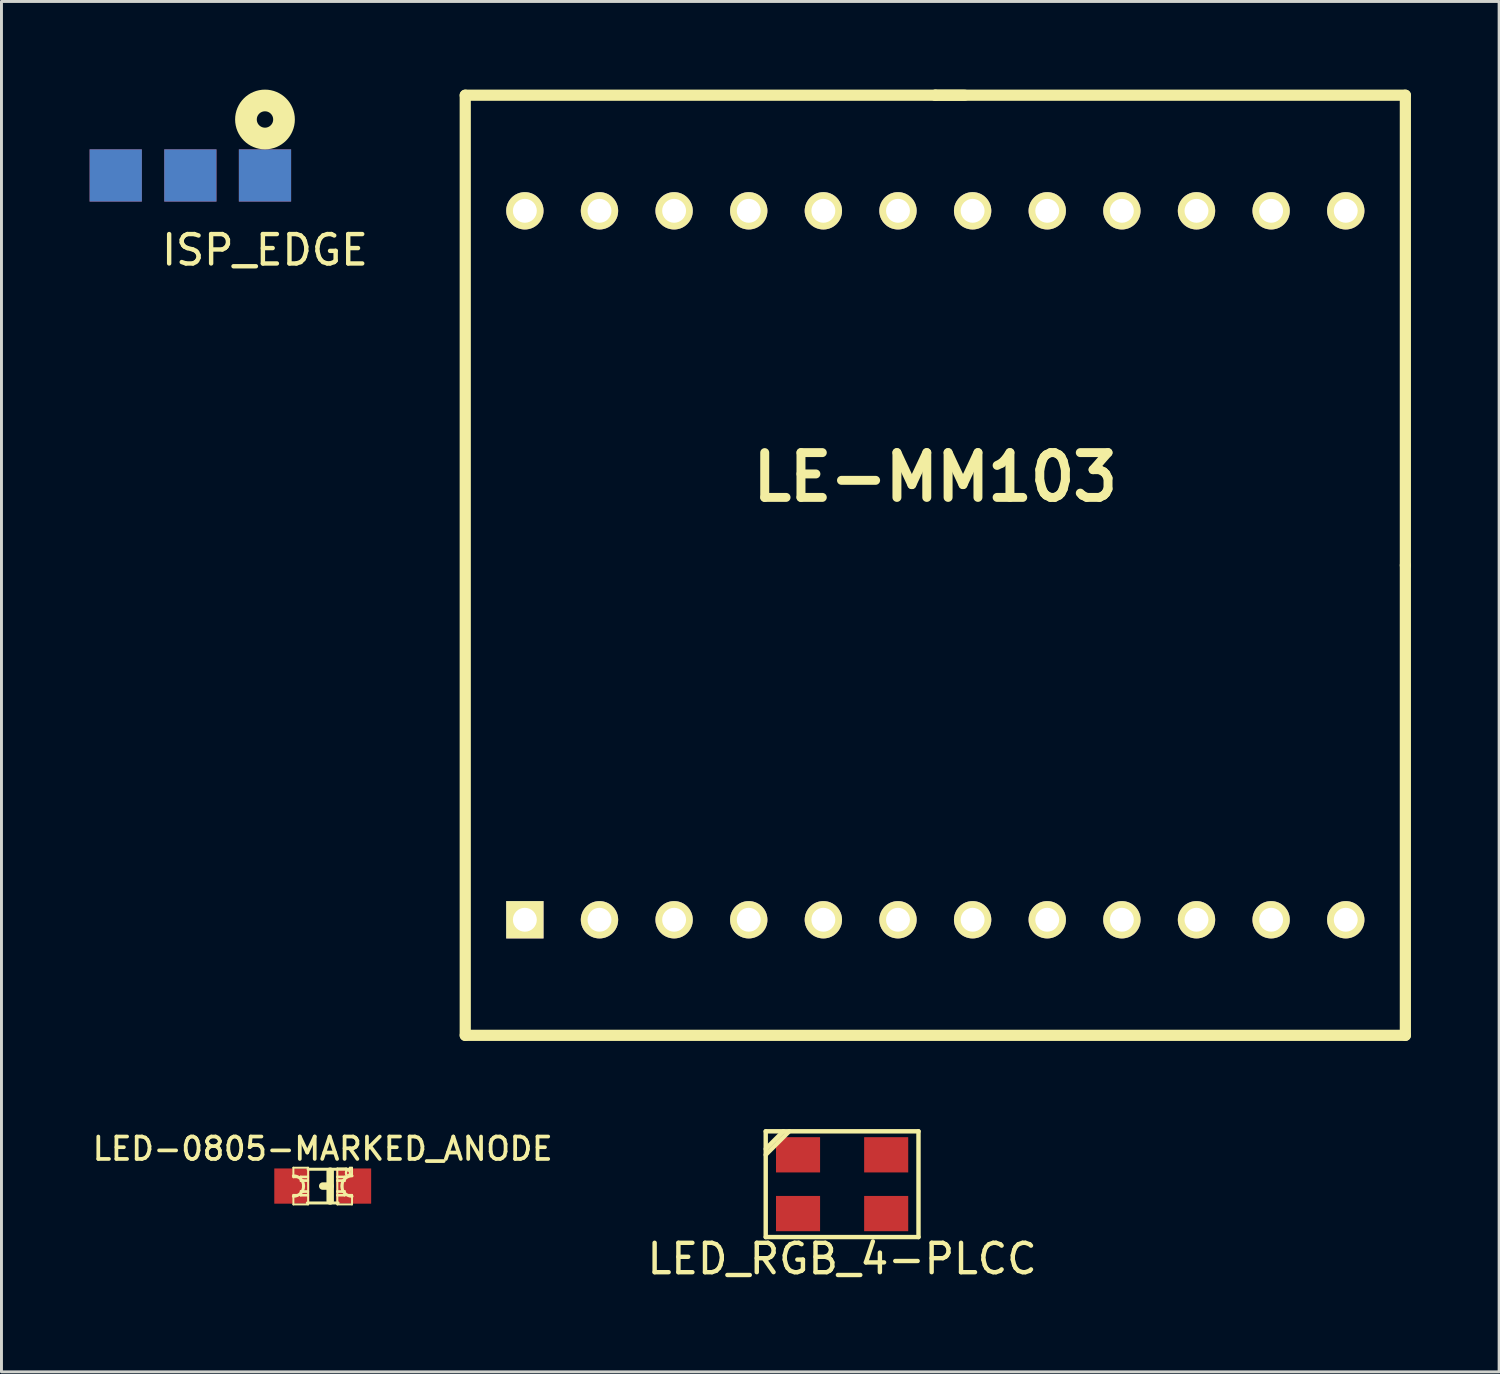
<source format=kicad_pcb>
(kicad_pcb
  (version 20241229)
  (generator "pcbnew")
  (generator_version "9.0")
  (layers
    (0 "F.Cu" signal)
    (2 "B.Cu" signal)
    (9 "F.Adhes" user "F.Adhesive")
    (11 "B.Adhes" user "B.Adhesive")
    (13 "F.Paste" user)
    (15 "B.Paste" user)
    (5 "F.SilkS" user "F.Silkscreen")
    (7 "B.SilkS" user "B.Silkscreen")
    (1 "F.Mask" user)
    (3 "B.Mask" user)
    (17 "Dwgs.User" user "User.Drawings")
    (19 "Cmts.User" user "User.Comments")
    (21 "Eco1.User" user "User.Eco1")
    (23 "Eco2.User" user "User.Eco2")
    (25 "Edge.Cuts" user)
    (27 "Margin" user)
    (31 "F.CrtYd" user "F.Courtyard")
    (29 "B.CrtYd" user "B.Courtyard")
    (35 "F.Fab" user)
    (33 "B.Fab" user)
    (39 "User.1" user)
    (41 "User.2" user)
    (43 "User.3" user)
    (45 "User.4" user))
  (footprint "LED-0805-MARKED_ANODE"
    (layer "F.Cu")
    (at 7.934 37.319)
    (property "Reference" "LED-0805-MARKED_ANODE" (at 0 -1.27 0) (layer "F.SilkS") (effects (font (size 0.762 0.762) (thickness 0.127))))
    (attr smd)
    (fp_line (start -0.998 -0.625) (end -0.998 -0.3) (stroke (width 0.066) (type solid)) (layer "F.SilkS"))
    (fp_line (start -0.998 -0.625) (end -0.498 -0.625) (stroke (width 0.066) (type solid)) (layer "F.SilkS"))
    (fp_line (start -0.998 -0.3) (end -0.498 -0.3) (stroke (width 0.066) (type solid)) (layer "F.SilkS"))
    (fp_line (start -0.998 0.3) (end -0.998 0.625) (stroke (width 0.066) (type solid)) (layer "F.SilkS"))
    (fp_line (start -0.998 0.3) (end -0.498 0.3) (stroke (width 0.066) (type solid)) (layer "F.SilkS"))
    (fp_line (start -0.998 0.625) (end -0.498 0.625) (stroke (width 0.066) (type solid)) (layer "F.SilkS"))
    (fp_line (start -0.749 -0.323) (end -0.749 -0.173) (stroke (width 0.066) (type solid)) (layer "F.SilkS"))
    (fp_line (start -0.749 -0.323) (end -0.498 -0.323) (stroke (width 0.066) (type solid)) (layer "F.SilkS"))
    (fp_line (start -0.749 -0.173) (end -0.498 -0.173) (stroke (width 0.066) (type solid)) (layer "F.SilkS"))
    (fp_line (start -0.749 0.173) (end -0.749 0.323) (stroke (width 0.066) (type solid)) (layer "F.SilkS"))
    (fp_line (start -0.749 0.173) (end -0.498 0.173) (stroke (width 0.066) (type solid)) (layer "F.SilkS"))
    (fp_line (start -0.749 0.323) (end -0.498 0.323) (stroke (width 0.066) (type solid)) (layer "F.SilkS"))
    (fp_line (start -0.673 -0.198) (end -0.673 0.198) (stroke (width 0.066) (type solid)) (layer "F.SilkS"))
    (fp_line (start -0.673 -0.198) (end -0.498 -0.198) (stroke (width 0.066) (type solid)) (layer "F.SilkS"))
    (fp_line (start -0.673 0.198) (end -0.498 0.198) (stroke (width 0.066) (type solid)) (layer "F.SilkS"))
    (fp_line (start -0.498 -0.625) (end -0.498 -0.3) (stroke (width 0.066) (type solid)) (layer "F.SilkS"))
    (fp_line (start -0.498 -0.574) (end 0.925 -0.574) (stroke (width 0.102) (type solid)) (layer "F.SilkS"))
    (fp_line (start -0.498 -0.323) (end -0.498 -0.173) (stroke (width 0.066) (type solid)) (layer "F.SilkS"))
    (fp_line (start -0.498 -0.198) (end -0.498 0.198) (stroke (width 0.066) (type solid)) (layer "F.SilkS"))
    (fp_line (start -0.498 0.173) (end -0.498 0.323) (stroke (width 0.066) (type solid)) (layer "F.SilkS"))
    (fp_line (start -0.498 0.3) (end -0.498 0.625) (stroke (width 0.066) (type solid)) (layer "F.SilkS"))
    (fp_line (start 0.254 -0.508) (end 0.254 0.508) (stroke (width 0.254) (type solid)) (layer "F.SilkS"))
    (fp_line (start 0.254 0) (end 0 0) (stroke (width 0.254) (type solid)) (layer "F.SilkS"))
    (fp_line (start 0.498 -0.599) (end 0.498 -0.3) (stroke (width 0.066) (type solid)) (layer "F.SilkS"))
    (fp_line (start 0.498 -0.599) (end 0.798 -0.599) (stroke (width 0.066) (type solid)) (layer "F.SilkS"))
    (fp_line (start 0.498 -0.323) (end 0.498 -0.173) (stroke (width 0.066) (type solid)) (layer "F.SilkS"))
    (fp_line (start 0.498 -0.323) (end 0.749 -0.323) (stroke (width 0.066) (type solid)) (layer "F.SilkS"))
    (fp_line (start 0.498 -0.3) (end 0.798 -0.3) (stroke (width 0.066) (type solid)) (layer "F.SilkS"))
    (fp_line (start 0.498 -0.198) (end 0.498 0.198) (stroke (width 0.066) (type solid)) (layer "F.SilkS"))
    (fp_line (start 0.498 -0.198) (end 0.673 -0.198) (stroke (width 0.066) (type solid)) (layer "F.SilkS"))
    (fp_line (start 0.498 -0.173) (end 0.749 -0.173) (stroke (width 0.066) (type solid)) (layer "F.SilkS"))
    (fp_line (start 0.498 0.173) (end 0.498 0.323) (stroke (width 0.066) (type solid)) (layer "F.SilkS"))
    (fp_line (start 0.498 0.173) (end 0.749 0.173) (stroke (width 0.066) (type solid)) (layer "F.SilkS"))
    (fp_line (start 0.498 0.198) (end 0.673 0.198) (stroke (width 0.066) (type solid)) (layer "F.SilkS"))
    (fp_line (start 0.498 0.3) (end 0.498 0.625) (stroke (width 0.066) (type solid)) (layer "F.SilkS"))
    (fp_line (start 0.498 0.3) (end 0.998 0.3) (stroke (width 0.066) (type solid)) (layer "F.SilkS"))
    (fp_line (start 0.498 0.323) (end 0.749 0.323) (stroke (width 0.066) (type solid)) (layer "F.SilkS"))
    (fp_line (start 0.498 0.625) (end 0.998 0.625) (stroke (width 0.066) (type solid)) (layer "F.SilkS"))
    (fp_line (start 0.523 0.574) (end -0.523 0.574) (stroke (width 0.102) (type solid)) (layer "F.SilkS"))
    (fp_line (start 0.673 -0.198) (end 0.673 0.198) (stroke (width 0.066) (type solid)) (layer "F.SilkS"))
    (fp_line (start 0.749 -0.323) (end 0.749 -0.173) (stroke (width 0.066) (type solid)) (layer "F.SilkS"))
    (fp_line (start 0.749 0.173) (end 0.749 0.323) (stroke (width 0.066) (type solid)) (layer "F.SilkS"))
    (fp_line (start 0.798 -0.599) (end 0.798 -0.3) (stroke (width 0.066) (type solid)) (layer "F.SilkS"))
    (fp_line (start 0.925 -0.625) (end 0.925 -0.399) (stroke (width 0.066) (type solid)) (layer "F.SilkS"))
    (fp_line (start 0.925 -0.625) (end 0.998 -0.625) (stroke (width 0.066) (type solid)) (layer "F.SilkS"))
    (fp_line (start 0.925 -0.399) (end 0.998 -0.399) (stroke (width 0.066) (type solid)) (layer "F.SilkS"))
    (fp_line (start 0.998 -0.625) (end 0.998 -0.399) (stroke (width 0.066) (type solid)) (layer "F.SilkS"))
    (fp_line (start 0.998 0.3) (end 0.998 0.625) (stroke (width 0.066) (type solid)) (layer "F.SilkS"))
    (fp_arc (start -0.99822 -0.34798) (mid -0.65024 0) (end -0.99822 0.34798) (stroke (width 0.1016) (type solid)) (layer "F.SilkS"))
    (fp_arc (start 0.99822 0.34798) (mid 0.65024 0) (end 0.99822 -0.34798) (stroke (width 0.1016) (type solid)) (layer "F.SilkS"))
    (fp_circle (center 0.848 -0.45) (end 0.899 -0.5) (stroke (width 0.051) (type solid)) (fill no) (layer "F.SilkS"))
    (pad "1" smd rect (at -1.049 0) (size 1.199 1.199) (layers "F.Cu" "F.Mask" "F.Paste"))
    (pad "2" smd rect (at 1.049 0) (size 1.199 1.199) (layers "F.Cu" "F.Mask" "F.Paste")))
  (footprint "ISP_EDGE"
    (layer "F.Cu")
    (at 3.429 5.462)
    (property "Reference" "ISP_EDGE" (at 2.54 0 0) (layer "F.SilkS") (effects (font (size 1 1) (thickness 0.15))))
    (attr through_hole)
    (fp_circle (center 2.54 -4.445) (end 2.667 -3.81) (stroke (width 0.738) (type solid)) (fill no) (layer "F.SilkS"))
    (pad "1" smd rect (at 2.54 -2.54) (size 1.778 1.778) (layers "F.Cu" "F.Mask" "F.Paste"))
    (pad "2" smd rect (at 2.54 -2.54) (size 1.778 1.778) (layers "B.Cu" "B.Mask" "B.Paste"))
    (pad "3" smd rect (at 0 -2.54) (size 1.778 1.778) (layers "F.Cu" "F.Mask" "F.Paste"))
    (pad "4" smd rect (at 0 -2.54) (size 1.778 1.778) (layers "B.Cu" "B.Mask" "B.Paste"))
    (pad "5" smd rect (at -2.54 -2.54) (size 1.778 1.778) (layers "F.Cu" "F.Mask" "F.Paste"))
    (pad "6" smd rect (at -2.54 -2.54) (size 1.778 1.778) (layers "B.Cu" "B.Mask" "B.Paste")))
  (footprint "LE-MM103"
    (layer "F.Cu")
    (at 28.784 16.19)
    (property "Reference" "LE-MM103" (at 0 -3 0) (layer "F.SilkS") (effects (font (size 1.524 1.524) (thickness 0.305))))
    (attr through_hole)
    (fp_line (start -15.999 -15.999) (end 0 -15.999) (stroke (width 0.381) (type solid)) (layer "F.SilkS"))
    (fp_line (start -15.999 15.999) (end -15.999 -15.999) (stroke (width 0.381) (type solid)) (layer "F.SilkS"))
    (fp_line (start 0 -15.999) (end 1.001 -15.999) (stroke (width 0.381) (type solid)) (layer "F.SilkS"))
    (fp_line (start 0 -15.999) (end 15.999 -15.999) (stroke (width 0.381) (type solid)) (layer "F.SilkS"))
    (fp_line (start 15.999 -15.999) (end 15.999 0) (stroke (width 0.381) (type solid)) (layer "F.SilkS"))
    (fp_line (start 15.999 15.999) (end -15.999 15.999) (stroke (width 0.381) (type solid)) (layer "F.SilkS"))
    (fp_line (start 15.999 15.999) (end 15.999 0) (stroke (width 0.381) (type solid)) (layer "F.SilkS"))
    (pad "1" thru_hole rect (at -13.97 12.065) (size 1.27 1.27) (drill 0.813) (layers "*.Cu" "*.Mask" "F.SilkS"))
    (pad "2" thru_hole circle (at -11.43 12.065) (size 1.27 1.27) (drill 0.813) (layers "*.Cu" "*.Mask" "F.SilkS"))
    (pad "3" thru_hole circle (at -8.89 12.065) (size 1.27 1.27) (drill 0.813) (layers "*.Cu" "*.Mask" "F.SilkS"))
    (pad "4" thru_hole circle (at -6.35 12.065) (size 1.27 1.27) (drill 0.813) (layers "*.Cu" "*.Mask" "F.SilkS"))
    (pad "5" thru_hole circle (at -3.81 12.065) (size 1.27 1.27) (drill 0.813) (layers "*.Cu" "*.Mask" "F.SilkS"))
    (pad "6" thru_hole circle (at -1.27 12.065) (size 1.27 1.27) (drill 0.813) (layers "*.Cu" "*.Mask" "F.SilkS"))
    (pad "7" thru_hole circle (at 1.27 12.065) (size 1.27 1.27) (drill 0.813) (layers "*.Cu" "*.Mask" "F.SilkS"))
    (pad "8" thru_hole circle (at 3.81 12.065) (size 1.27 1.27) (drill 0.813) (layers "*.Cu" "*.Mask" "F.SilkS"))
    (pad "9" thru_hole circle (at 6.35 12.065) (size 1.27 1.27) (drill 0.813) (layers "*.Cu" "*.Mask" "F.SilkS"))
    (pad "10" thru_hole circle (at 8.89 12.065) (size 1.27 1.27) (drill 0.813) (layers "*.Cu" "*.Mask" "F.SilkS"))
    (pad "11" thru_hole circle (at 11.43 12.065) (size 1.27 1.27) (drill 0.813) (layers "*.Cu" "*.Mask" "F.SilkS"))
    (pad "12" thru_hole circle (at 13.97 12.065) (size 1.27 1.27) (drill 0.813) (layers "*.Cu" "*.Mask" "F.SilkS"))
    (pad "13" thru_hole circle (at 13.97 -12.065) (size 1.27 1.27) (drill 0.813) (layers "*.Cu" "*.Mask" "F.SilkS"))
    (pad "14" thru_hole circle (at 11.43 -12.065) (size 1.27 1.27) (drill 0.813) (layers "*.Cu" "*.Mask" "F.SilkS"))
    (pad "15" thru_hole circle (at 8.89 -12.065) (size 1.27 1.27) (drill 0.813) (layers "*.Cu" "*.Mask" "F.SilkS"))
    (pad "16" thru_hole circle (at 6.35 -12.065) (size 1.27 1.27) (drill 0.813) (layers "*.Cu" "*.Mask" "F.SilkS"))
    (pad "17" thru_hole circle (at 3.81 -12.065) (size 1.27 1.27) (drill 0.813) (layers "*.Cu" "*.Mask" "F.SilkS"))
    (pad "18" thru_hole circle (at 1.27 -12.065) (size 1.27 1.27) (drill 0.813) (layers "*.Cu" "*.Mask" "F.SilkS"))
    (pad "19" thru_hole circle (at -1.27 -12.065) (size 1.27 1.27) (drill 0.813) (layers "*.Cu" "*.Mask" "F.SilkS"))
    (pad "20" thru_hole circle (at -3.81 -12.065) (size 1.27 1.27) (drill 0.813) (layers "*.Cu" "*.Mask" "F.SilkS"))
    (pad "21" thru_hole circle (at -6.35 -12.065) (size 1.27 1.27) (drill 0.813) (layers "*.Cu" "*.Mask" "F.SilkS"))
    (pad "22" thru_hole circle (at -8.89 -12.065) (size 1.27 1.27) (drill 0.813) (layers "*.Cu" "*.Mask" "F.SilkS"))
    (pad "23" thru_hole circle (at -11.43 -12.065) (size 1.27 1.27) (drill 0.813) (layers "*.Cu" "*.Mask" "F.SilkS"))
    (pad "24" thru_hole circle (at -13.97 -12.065) (size 1.27 1.27) (drill 0.813) (layers "*.Cu" "*.Mask" "F.SilkS")))
  (footprint "LED_RGB_4-PLCC"
    (layer "F.Cu")
    (at 25.612 37.255)
    (property "Reference" "LED_RGB_4-PLCC" (at 0 2.54 0) (layer "F.SilkS") (effects (font (size 1 1) (thickness 0.15))))
    (attr through_hole)
    (fp_line (start -2.6 -1.8) (end 2.6 -1.8) (stroke (width 0.15) (type solid)) (layer "F.SilkS"))
    (fp_line (start -2.6 -1.2) (end -2 -1.8) (stroke (width 0.15) (type solid)) (layer "F.SilkS"))
    (fp_line (start -2.6 1.8) (end -2.6 -1.8) (stroke (width 0.15) (type solid)) (layer "F.SilkS"))
    (fp_line (start -1.8 -1.8) (end -2.6 -1) (stroke (width 0.15) (type solid)) (layer "F.SilkS"))
    (fp_line (start 2.6 -1.8) (end 2.6 1.8) (stroke (width 0.15) (type solid)) (layer "F.SilkS"))
    (fp_line (start 2.6 1.8) (end -2.6 1.8) (stroke (width 0.15) (type solid)) (layer "F.SilkS"))
    (pad "1" smd rect (at -1.5 -1) (size 1.5 1.2) (layers "F.Cu" "F.Mask" "F.Paste"))
    (pad "2" smd rect (at -1.5 1) (size 1.5 1.2) (layers "F.Cu" "F.Mask" "F.Paste"))
    (pad "3" smd rect (at 1.5 1) (size 1.5 1.2) (layers "F.Cu" "F.Mask" "F.Paste"))
    (pad "4" smd rect (at 1.5 -1) (size 1.5 1.2) (layers "F.Cu" "F.Mask" "F.Paste")))
  (gr_rect
    (start -3 -3)
    (end 47.974 43.643)
    (stroke (width 0.1) (type default))
    (fill no)
    (layer "Edge.Cuts")))
</source>
